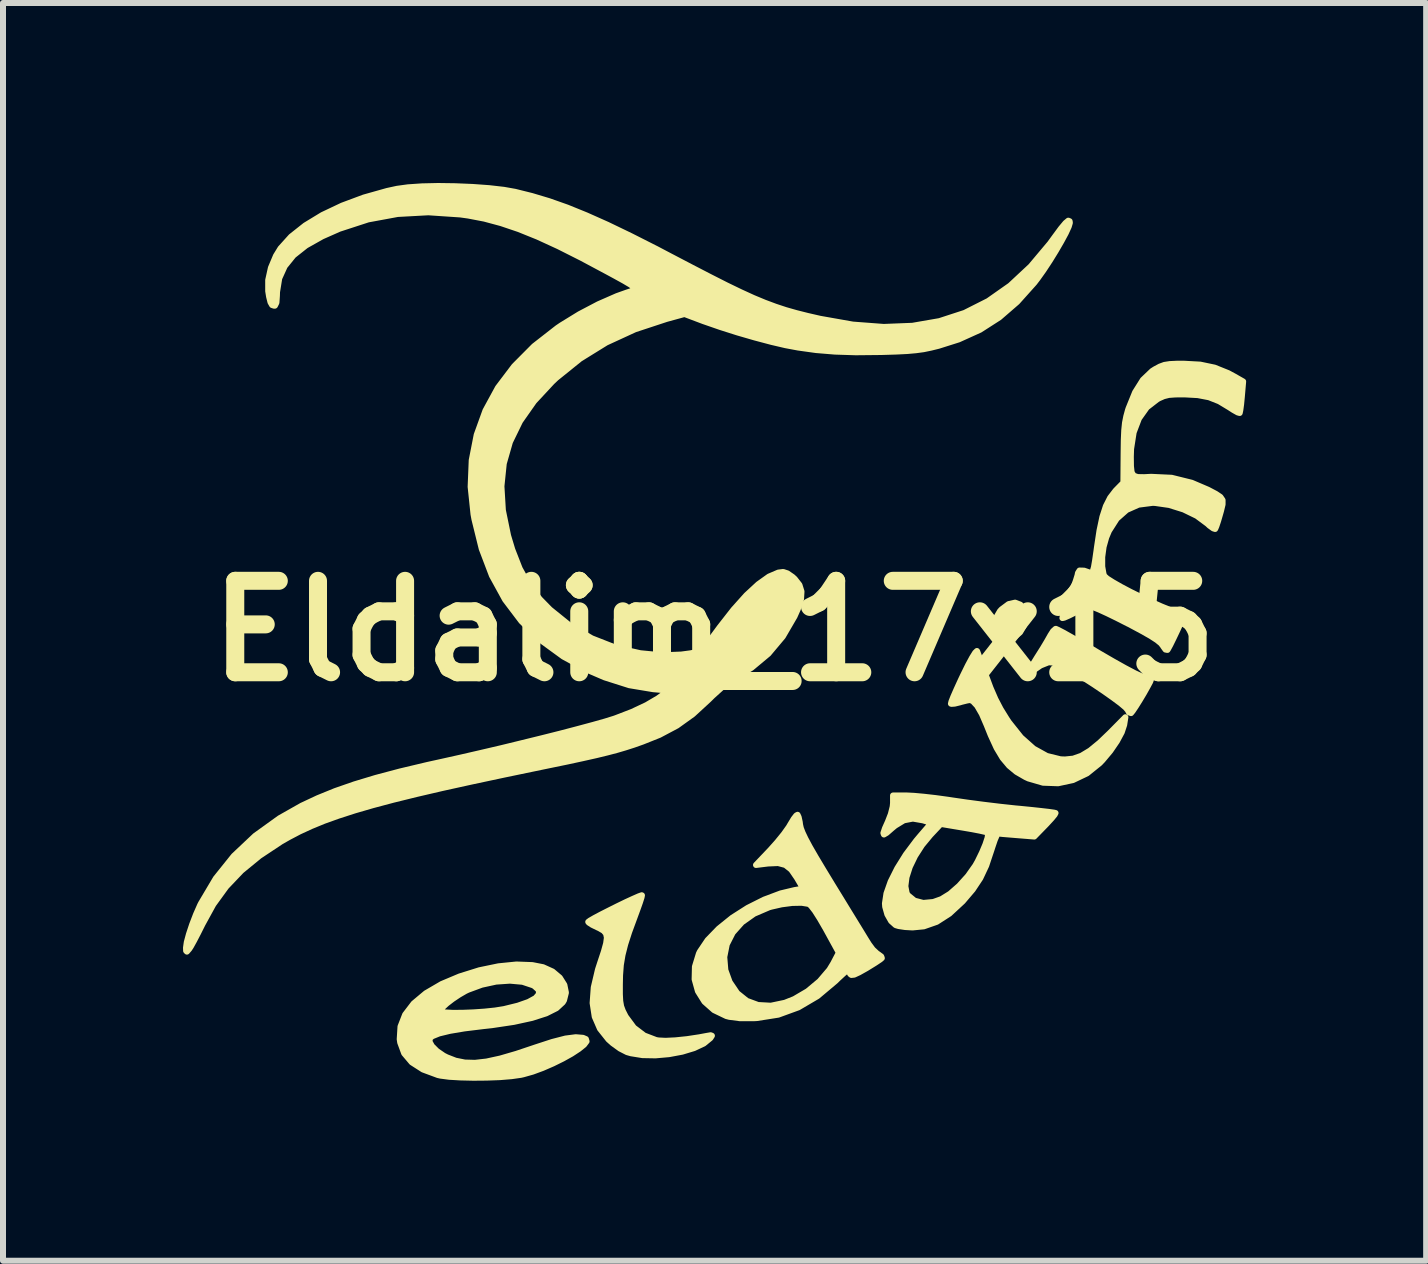
<source format=kicad_pcb>
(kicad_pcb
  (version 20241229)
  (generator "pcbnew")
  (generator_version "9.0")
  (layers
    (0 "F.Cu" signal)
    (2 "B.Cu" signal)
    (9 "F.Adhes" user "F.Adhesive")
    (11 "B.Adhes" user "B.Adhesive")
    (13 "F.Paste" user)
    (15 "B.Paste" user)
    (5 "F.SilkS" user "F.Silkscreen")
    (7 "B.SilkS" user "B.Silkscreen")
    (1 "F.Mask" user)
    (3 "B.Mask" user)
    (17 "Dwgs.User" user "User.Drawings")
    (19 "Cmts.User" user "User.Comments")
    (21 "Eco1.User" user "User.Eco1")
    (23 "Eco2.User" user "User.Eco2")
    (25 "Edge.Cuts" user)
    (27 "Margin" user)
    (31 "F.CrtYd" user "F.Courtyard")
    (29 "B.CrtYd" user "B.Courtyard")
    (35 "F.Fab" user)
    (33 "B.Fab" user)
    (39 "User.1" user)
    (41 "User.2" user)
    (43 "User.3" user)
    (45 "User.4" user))
  (footprint "Eldalim_17x15"
    (layer "F.Cu")
    (at 8.854 7.465)
    (property "Reference" "Eldalim_17x15" (at 0 0 0) (layer "F.SilkS") (effects (font (size 1.524 1.524) (thickness 0.3))))
    (attr exclude_from_pos_files exclude_from_bom allow_missing_courtyard)
    (fp_circle (center 0.75 0) (end 0.5 0) (stroke (width 0.15) (type solid)) (fill no) (layer "F.SilkS"))
    (fp_poly (pts (xy 5.182 -0.206) (xy 5.158 -0.081) (xy 5.097 0.023) (xy 5.01 0.097) (xy 4.912 0.136) (xy 4.816 0.13) (xy 4.735 0.071) (xy 4.726 0.06) (xy 4.675 -0.067) (xy 4.687 -0.2) (xy 4.762 -0.33) (xy 4.789 -0.359) (xy 4.907 -0.447) (xy 5.014 -0.471) (xy 5.102 -0.437) (xy 5.161 -0.346) (xy 5.182 -0.206)) (stroke (width 0.1) (type solid)) (fill yes) (layer "F.SilkS"))
    (fp_poly (pts (xy 7.281 0.805) (xy 7.265 0.848) (xy 7.221 0.93) (xy 7.161 1.037) (xy 7.093 1.151) (xy 7.028 1.255) (xy 6.975 1.334) (xy 6.946 1.37) (xy 6.912 1.358) (xy 6.891 1.318) (xy 6.855 1.276) (xy 6.771 1.205) (xy 6.647 1.113) (xy 6.494 1.005) (xy 6.32 0.888) (xy 6.134 0.768) (xy 5.947 0.652) (xy 5.849 0.595) (xy 5.702 0.53) (xy 5.571 0.523) (xy 5.439 0.576) (xy 5.362 0.629) (xy 5.294 0.674) (xy 5.254 0.686) (xy 5.249 0.68) (xy 5.267 0.637) (xy 5.312 0.554) (xy 5.378 0.446) (xy 5.397 0.416) (xy 5.476 0.291) (xy 5.547 0.172) (xy 5.597 0.084) (xy 5.601 0.076) (xy 5.647 0.004) (xy 5.688 -0.033) (xy 5.694 -0.034) (xy 5.732 -0.017) (xy 5.82 0.029) (xy 5.948 0.101) (xy 6.109 0.193) (xy 6.294 0.301) (xy 6.415 0.373) (xy 6.646 0.507) (xy 6.844 0.618) (xy 7.005 0.703) (xy 7.121 0.757) (xy 7.187 0.779) (xy 7.191 0.779) (xy 7.257 0.787) (xy 7.281 0.805)) (stroke (width 0.1) (type solid)) (fill yes) (layer "F.SilkS"))
    (fp_poly (pts (xy 6.852 1.439) (xy 6.832 1.566) (xy 6.792 1.688) (xy 6.711 1.839) (xy 6.601 2) (xy 6.471 2.155) (xy 6.424 2.204) (xy 6.213 2.374) (xy 5.978 2.486) (xy 5.731 2.539) (xy 5.48 2.53) (xy 5.236 2.459) (xy 5.187 2.436) (xy 5.038 2.35) (xy 4.914 2.247) (xy 4.806 2.118) (xy 4.706 1.951) (xy 4.607 1.735) (xy 4.542 1.573) (xy 4.46 1.383) (xy 4.381 1.247) (xy 4.308 1.169) (xy 4.261 1.151) (xy 4.207 1.161) (xy 4.119 1.183) (xy 4.093 1.191) (xy 4.007 1.212) (xy 3.952 1.216) (xy 3.945 1.213) (xy 3.953 1.178) (xy 3.986 1.094) (xy 4.04 0.971) (xy 4.109 0.82) (xy 4.146 0.742) (xy 4.229 0.573) (xy 4.298 0.445) (xy 4.349 0.363) (xy 4.378 0.335) (xy 4.382 0.339) (xy 4.401 0.391) (xy 4.437 0.49) (xy 4.483 0.621) (xy 4.517 0.714) (xy 4.604 0.948) (xy 4.686 1.137) (xy 4.772 1.302) (xy 4.872 1.464) (xy 4.912 1.524) (xy 5.112 1.775) (xy 5.322 1.962) (xy 5.542 2.084) (xy 5.77 2.14) (xy 5.847 2.143) (xy 5.984 2.129) (xy 6.12 2.081) (xy 6.264 1.994) (xy 6.425 1.862) (xy 6.595 1.699) (xy 6.852 1.439)) (stroke (width 0.1) (type solid)) (fill yes) (layer "F.SilkS"))
    (fp_poly (pts (xy -0.039 6.747) (xy -0.062 6.783) (xy -0.065 6.787) (xy -0.175 6.877) (xy -0.337 6.953) (xy -0.535 7.013) (xy -0.754 7.054) (xy -0.979 7.074) (xy -1.196 7.07) (xy -1.388 7.039) (xy -1.454 7.02) (xy -1.569 6.961) (xy -1.695 6.87) (xy -1.763 6.809) (xy -1.905 6.63) (xy -1.992 6.43) (xy -2.027 6.202) (xy -2.008 5.942) (xy -1.938 5.645) (xy -1.903 5.537) (xy -1.84 5.347) (xy -1.802 5.209) (xy -1.789 5.112) (xy -1.803 5.045) (xy -1.844 4.997) (xy -1.914 4.956) (xy -1.947 4.941) (xy -2.035 4.898) (xy -2.09 4.862) (xy -2.1 4.85) (xy -2.071 4.828) (xy -1.995 4.784) (xy -1.884 4.725) (xy -1.75 4.657) (xy -1.608 4.586) (xy -1.47 4.519) (xy -1.348 4.463) (xy -1.257 4.423) (xy -1.209 4.406) (xy -1.205 4.407) (xy -1.212 4.442) (xy -1.239 4.526) (xy -1.282 4.647) (xy -1.326 4.767) (xy -1.418 5.017) (xy -1.484 5.222) (xy -1.529 5.4) (xy -1.557 5.567) (xy -1.57 5.74) (xy -1.573 5.893) (xy -1.573 6.056) (xy -1.567 6.171) (xy -1.552 6.257) (xy -1.524 6.333) (xy -1.481 6.418) (xy -1.473 6.432) (xy -1.34 6.612) (xy -1.168 6.743) (xy -0.97 6.819) (xy -0.929 6.826) (xy -0.811 6.832) (xy -0.646 6.824) (xy -0.452 6.804) (xy -0.248 6.773) (xy -0.135 6.752) (xy -0.06 6.739) (xy -0.039 6.747)) (stroke (width 0.1) (type solid)) (fill yes) (layer "F.SilkS"))
    (fp_poly (pts (xy 5.688 3.035) (xy 5.673 3.064) (xy 5.62 3.128) (xy 5.54 3.215) (xy 5.518 3.238) (xy 5.334 3.427) (xy 5.048 3.404) (xy 4.913 3.393) (xy 4.805 3.384) (xy 4.741 3.377) (xy 4.732 3.376) (xy 4.71 3.403) (xy 4.676 3.482) (xy 4.637 3.597) (xy 4.618 3.656) (xy 4.565 3.814) (xy 4.565 3.378) (xy 4.56 3.363) (xy 4.521 3.351) (xy 4.429 3.33) (xy 4.299 3.305) (xy 4.159 3.281) (xy 3.776 3.217) (xy 3.602 3.402) (xy 3.463 3.57) (xy 3.347 3.751) (xy 3.259 3.933) (xy 3.204 4.105) (xy 3.185 4.255) (xy 3.207 4.372) (xy 3.227 4.405) (xy 3.338 4.496) (xy 3.483 4.534) (xy 3.652 4.518) (xy 3.787 4.47) (xy 3.929 4.382) (xy 4.082 4.248) (xy 4.228 4.086) (xy 4.351 3.912) (xy 4.39 3.843) (xy 4.463 3.693) (xy 4.52 3.557) (xy 4.556 3.447) (xy 4.565 3.378) (xy 4.565 3.814) (xy 4.533 3.911) (xy 4.434 4.121) (xy 4.308 4.311) (xy 4.143 4.505) (xy 4.137 4.511) (xy 3.92 4.712) (xy 3.707 4.849) (xy 3.492 4.924) (xy 3.305 4.942) (xy 3.181 4.935) (xy 3.075 4.919) (xy 3.024 4.904) (xy 2.948 4.836) (xy 2.885 4.725) (xy 2.849 4.597) (xy 2.845 4.542) (xy 2.87 4.377) (xy 2.94 4.178) (xy 3.05 3.958) (xy 3.194 3.727) (xy 3.367 3.496) (xy 3.43 3.421) (xy 3.62 3.2) (xy 3.478 3.157) (xy 3.31 3.128) (xy 3.16 3.157) (xy 3.014 3.246) (xy 2.96 3.291) (xy 2.874 3.366) (xy 2.828 3.393) (xy 2.819 3.369) (xy 2.845 3.29) (xy 2.895 3.178) (xy 2.943 3.054) (xy 2.974 2.931) (xy 2.98 2.87) (xy 2.98 2.743) (xy 3.211 2.743) (xy 3.328 2.749) (xy 3.492 2.764) (xy 3.686 2.786) (xy 3.891 2.814) (xy 3.977 2.827) (xy 4.211 2.861) (xy 4.483 2.897) (xy 4.764 2.931) (xy 5.023 2.959) (xy 5.092 2.965) (xy 5.283 2.984) (xy 5.449 3.002) (xy 5.579 3.017) (xy 5.663 3.029) (xy 5.688 3.035)) (stroke (width 0.1) (type solid)) (fill yes) (layer "F.SilkS"))
    (fp_poly (pts (xy -2.128 6.841) (xy -2.17 6.897) (xy -2.257 6.967) (xy -2.379 7.047) (xy -2.526 7.129) (xy -2.69 7.21) (xy -2.86 7.284) (xy -3.028 7.346) (xy -3.184 7.39) (xy -3.224 7.399) (xy -3.379 7.421) (xy -3.573 7.437) (xy -3.791 7.445) (xy -4.015 7.447) (xy -4.23 7.442) (xy -4.418 7.431) (xy -4.562 7.412) (xy -4.606 7.402) (xy -4.854 7.31) (xy -5.041 7.19) (xy -5.168 7.04) (xy -5.234 6.86) (xy -5.242 6.805) (xy -5.229 6.594) (xy -5.152 6.396) (xy -5.01 6.21) (xy -4.806 6.039) (xy -4.542 5.885) (xy -4.243 5.759) (xy -3.914 5.656) (xy -3.595 5.59) (xy -3.297 5.56) (xy -3.032 5.57) (xy -2.854 5.605) (xy -2.695 5.677) (xy -2.574 5.779) (xy -2.498 5.9) (xy -2.472 6.029) (xy -2.504 6.156) (xy -2.525 6.191) (xy -2.63 6.288) (xy -2.801 6.374) (xy -2.92 6.412) (xy -2.92 6.052) (xy -2.925 5.985) (xy -2.996 5.92) (xy -3.023 5.905) (xy -3.194 5.848) (xy -3.405 5.829) (xy -3.637 5.845) (xy -3.876 5.897) (xy -4.104 5.981) (xy -4.148 6.002) (xy -4.255 6.064) (xy -4.364 6.137) (xy -4.46 6.211) (xy -4.532 6.278) (xy -4.568 6.326) (xy -4.564 6.344) (xy -4.487 6.359) (xy -4.358 6.366) (xy -4.195 6.365) (xy -4.012 6.358) (xy -3.826 6.345) (xy -3.653 6.327) (xy -3.509 6.304) (xy -3.503 6.303) (xy -3.271 6.246) (xy -3.095 6.184) (xy -2.977 6.119) (xy -2.92 6.052) (xy -2.92 6.412) (xy -3.038 6.45) (xy -3.34 6.516) (xy -3.707 6.571) (xy -3.853 6.587) (xy -4.164 6.625) (xy -4.408 6.666) (xy -4.586 6.709) (xy -4.699 6.755) (xy -4.738 6.786) (xy -4.747 6.844) (xy -4.705 6.92) (xy -4.623 7.002) (xy -4.511 7.079) (xy -4.458 7.106) (xy -4.312 7.163) (xy -4.158 7.194) (xy -3.988 7.199) (xy -3.794 7.177) (xy -3.565 7.127) (xy -3.294 7.048) (xy -2.975 6.941) (xy -2.699 6.851) (xy -2.478 6.794) (xy -2.308 6.772) (xy -2.188 6.782) (xy -2.139 6.803) (xy -2.128 6.841)) (stroke (width 0.1) (type solid)) (fill yes) (layer "F.SilkS"))
    (fp_poly (pts (xy 2.793 5.453) (xy 2.759 5.481) (xy 2.681 5.533) (xy 2.574 5.599) (xy 2.537 5.622) (xy 2.412 5.692) (xy 2.332 5.729) (xy 2.286 5.734) (xy 2.266 5.719) (xy 2.239 5.664) (xy 2.236 5.648) (xy 2.213 5.659) (xy 2.154 5.709) (xy 2.077 5.78) (xy 2.077 5.363) (xy 1.86 4.967) (xy 1.761 4.796) (xy 1.677 4.664) (xy 1.611 4.579) (xy 1.575 4.55) (xy 1.457 4.531) (xy 1.298 4.534) (xy 1.121 4.557) (xy 0.946 4.597) (xy 0.912 4.607) (xy 0.663 4.714) (xy 0.461 4.857) (xy 0.308 5.029) (xy 0.209 5.224) (xy 0.167 5.435) (xy 0.185 5.653) (xy 0.257 5.852) (xy 0.382 6.037) (xy 0.541 6.165) (xy 0.73 6.235) (xy 0.944 6.247) (xy 1.178 6.198) (xy 1.334 6.136) (xy 1.557 6.005) (xy 1.758 5.837) (xy 1.919 5.648) (xy 1.982 5.544) (xy 2.077 5.363) (xy 2.077 5.78) (xy 2.068 5.788) (xy 2.02 5.835) (xy 1.72 6.087) (xy 1.402 6.274) (xy 1.067 6.396) (xy 0.712 6.452) (xy 0.66 6.455) (xy 0.428 6.455) (xy 0.252 6.432) (xy 0.202 6.419) (xy -0.004 6.32) (xy -0.163 6.179) (xy -0.272 6.005) (xy -0.327 5.807) (xy -0.322 5.595) (xy -0.256 5.379) (xy -0.24 5.346) (xy -0.11 5.153) (xy 0.075 4.962) (xy 0.301 4.78) (xy 0.558 4.616) (xy 0.831 4.479) (xy 1.108 4.375) (xy 1.343 4.319) (xy 1.484 4.296) (xy 1.377 4.114) (xy 1.284 3.979) (xy 1.186 3.901) (xy 1.065 3.869) (xy 0.903 3.876) (xy 0.89 3.877) (xy 0.696 3.901) (xy 0.936 3.649) (xy 1.051 3.52) (xy 1.159 3.387) (xy 1.243 3.269) (xy 1.27 3.223) (xy 1.324 3.133) (xy 1.368 3.076) (xy 1.389 3.065) (xy 1.407 3.105) (xy 1.425 3.188) (xy 1.43 3.229) (xy 1.443 3.287) (xy 1.472 3.363) (xy 1.52 3.464) (xy 1.591 3.597) (xy 1.689 3.767) (xy 1.817 3.981) (xy 1.973 4.238) (xy 2.11 4.461) (xy 2.239 4.672) (xy 2.355 4.861) (xy 2.452 5.019) (xy 2.525 5.139) (xy 2.57 5.211) (xy 2.576 5.221) (xy 2.642 5.31) (xy 2.714 5.377) (xy 2.73 5.387) (xy 2.783 5.426) (xy 2.793 5.453)) (stroke (width 0.1) (type solid)) (fill yes) (layer "F.SilkS"))
    (fp_poly (pts (xy 8.815 -4.157) (xy 8.793 -3.902) (xy 8.781 -3.778) (xy 8.768 -3.682) (xy 8.758 -3.634) (xy 8.757 -3.632) (xy 8.724 -3.641) (xy 8.653 -3.681) (xy 8.588 -3.723) (xy 8.416 -3.827) (xy 8.247 -3.894) (xy 8.059 -3.93) (xy 7.84 -3.942) (xy 7.685 -3.941) (xy 7.576 -3.933) (xy 7.492 -3.912) (xy 7.411 -3.876) (xy 7.383 -3.86) (xy 7.21 -3.726) (xy 7.078 -3.54) (xy 6.99 -3.308) (xy 6.947 -3.033) (xy 6.943 -2.902) (xy 6.945 -2.745) (xy 6.956 -2.644) (xy 6.989 -2.588) (xy 7.055 -2.564) (xy 7.166 -2.562) (xy 7.281 -2.568) (xy 7.623 -2.552) (xy 7.958 -2.469) (xy 8.229 -2.353) (xy 8.358 -2.285) (xy 8.436 -2.233) (xy 8.472 -2.18) (xy 8.472 -2.109) (xy 8.447 -2.004) (xy 8.432 -1.951) (xy 8.398 -1.834) (xy 8.368 -1.744) (xy 8.349 -1.7) (xy 8.348 -1.699) (xy 8.316 -1.709) (xy 8.253 -1.755) (xy 8.221 -1.785) (xy 8.043 -1.917) (xy 7.823 -2.024) (xy 7.583 -2.099) (xy 7.346 -2.133) (xy 7.304 -2.134) (xy 7.071 -2.104) (xy 6.873 -2.016) (xy 6.708 -1.87) (xy 6.578 -1.666) (xy 6.533 -1.558) (xy 6.489 -1.401) (xy 6.466 -1.232) (xy 6.466 -1.073) (xy 6.488 -0.947) (xy 6.502 -0.914) (xy 6.547 -0.873) (xy 6.643 -0.812) (xy 6.776 -0.736) (xy 6.935 -0.652) (xy 7.109 -0.566) (xy 7.284 -0.483) (xy 7.449 -0.409) (xy 7.591 -0.351) (xy 7.699 -0.315) (xy 7.752 -0.305) (xy 7.853 -0.305) (xy 7.717 -0.008) (xy 7.655 0.122) (xy 7.602 0.23) (xy 7.564 0.3) (xy 7.553 0.317) (xy 7.521 0.311) (xy 7.482 0.257) (xy 7.48 0.252) (xy 7.445 0.207) (xy 7.379 0.153) (xy 7.274 0.085) (xy 7.122 -0.001) (xy 6.917 -0.111) (xy 6.892 -0.123) (xy 6.713 -0.214) (xy 6.551 -0.293) (xy 6.416 -0.355) (xy 6.32 -0.394) (xy 6.277 -0.406) (xy 6.21 -0.391) (xy 6.108 -0.351) (xy 6.01 -0.304) (xy 5.909 -0.254) (xy 5.834 -0.221) (xy 5.803 -0.214) (xy 5.809 -0.249) (xy 5.837 -0.333) (xy 5.881 -0.452) (xy 5.926 -0.566) (xy 5.982 -0.711) (xy 6.027 -0.837) (xy 6.055 -0.928) (xy 6.062 -0.965) (xy 6.088 -1.006) (xy 6.164 -1.004) (xy 6.267 -0.968) (xy 6.29 -0.968) (xy 6.309 -0.996) (xy 6.328 -1.06) (xy 6.347 -1.17) (xy 6.371 -1.336) (xy 6.378 -1.389) (xy 6.421 -1.673) (xy 6.469 -1.9) (xy 6.527 -2.079) (xy 6.598 -2.219) (xy 6.684 -2.331) (xy 6.694 -2.343) (xy 6.819 -2.47) (xy 6.823 -2.971) (xy 6.826 -3.182) (xy 6.833 -3.342) (xy 6.846 -3.468) (xy 6.867 -3.575) (xy 6.896 -3.681) (xy 6.905 -3.708) (xy 7.014 -3.977) (xy 7.144 -4.184) (xy 7.298 -4.331) (xy 7.345 -4.361) (xy 7.427 -4.405) (xy 7.503 -4.433) (xy 7.593 -4.447) (xy 7.719 -4.453) (xy 7.823 -4.453) (xy 8.099 -4.438) (xy 8.338 -4.388) (xy 8.564 -4.297) (xy 8.666 -4.242) (xy 8.815 -4.157)) (stroke (width 0.1) (type solid)) (fill yes) (layer "F.SilkS"))
    (fp_poly (pts (xy 5.927 -6.802) (xy 5.908 -6.738) (xy 5.859 -6.631) (xy 5.784 -6.492) (xy 5.693 -6.335) (xy 5.592 -6.171) (xy 5.488 -6.013) (xy 5.389 -5.874) (xy 5.334 -5.802) (xy 5.048 -5.483) (xy 4.75 -5.225) (xy 4.429 -5.019) (xy 4.073 -4.858) (xy 3.738 -4.752) (xy 3.608 -4.72) (xy 3.487 -4.695) (xy 3.361 -4.678) (xy 3.215 -4.665) (xy 3.035 -4.656) (xy 2.804 -4.649) (xy 2.75 -4.648) (xy 2.357 -4.644) (xy 2.012 -4.655) (xy 1.698 -4.681) (xy 1.397 -4.723) (xy 1.188 -4.762) (xy 0.953 -4.817) (xy 0.678 -4.89) (xy 0.388 -4.974) (xy 0.105 -5.064) (xy -0.146 -5.151) (xy -0.178 -5.162) (xy -0.496 -5.282) (xy -0.798 -5.199) (xy -1.323 -5.026) (xy -1.801 -4.806) (xy -2.236 -4.537) (xy -2.634 -4.216) (xy -2.705 -4.149) (xy -3.004 -3.827) (xy -3.237 -3.495) (xy -3.405 -3.15) (xy -3.508 -2.79) (xy -3.547 -2.411) (xy -3.523 -2.011) (xy -3.436 -1.587) (xy -3.366 -1.355) (xy -3.243 -1.04) (xy -3.095 -0.772) (xy -2.91 -0.532) (xy -2.74 -0.358) (xy -2.408 -0.09) (xy -2.041 0.124) (xy -1.646 0.279) (xy -1.233 0.372) (xy -0.965 0.398) (xy -0.744 0.402) (xy -0.548 0.394) (xy -0.398 0.374) (xy -0.396 0.374) (xy -0.2 0.333) (xy 0.092 -0.062) (xy 0.321 -0.355) (xy 0.536 -0.595) (xy 0.734 -0.778) (xy 0.912 -0.905) (xy 1.068 -0.972) (xy 1.149 -0.982) (xy 1.219 -0.959) (xy 1.305 -0.9) (xy 1.341 -0.867) (xy 1.42 -0.766) (xy 1.454 -0.657) (xy 1.446 -0.528) (xy 1.393 -0.365) (xy 1.338 -0.242) (xy 1.143 0.093) (xy 0.902 0.38) (xy 0.619 0.616) (xy 0.38 0.758) (xy 0.268 0.83) (xy 0.126 0.942) (xy -0.029 1.082) (xy -0.094 1.146) (xy -0.356 1.387) (xy -0.622 1.578) (xy -0.914 1.733) (xy -1.197 1.846) (xy -1.341 1.897) (xy -1.481 1.942) (xy -1.627 1.985) (xy -1.787 2.027) (xy -1.972 2.072) (xy -2.191 2.121) (xy -2.454 2.178) (xy -2.77 2.243) (xy -2.896 2.269) (xy -3.502 2.395) (xy -4.046 2.511) (xy -4.532 2.618) (xy -4.966 2.719) (xy -5.351 2.814) (xy -5.693 2.905) (xy -5.996 2.993) (xy -6.265 3.08) (xy -6.505 3.166) (xy -6.719 3.254) (xy -6.914 3.344) (xy -7.093 3.438) (xy -7.221 3.511) (xy -7.581 3.75) (xy -7.882 3.997) (xy -8.135 4.263) (xy -8.349 4.558) (xy -8.529 4.886) (xy -8.602 5.032) (xy -8.669 5.161) (xy -8.722 5.257) (xy -8.75 5.3) (xy -8.789 5.345) (xy -8.802 5.332) (xy -8.804 5.281) (xy -8.791 5.189) (xy -8.755 5.055) (xy -8.702 4.895) (xy -8.638 4.728) (xy -8.569 4.571) (xy -8.552 4.538) (xy -8.307 4.125) (xy -8.007 3.751) (xy -7.652 3.416) (xy -7.244 3.122) (xy -6.875 2.913) (xy -6.606 2.787) (xy -6.316 2.669) (xy -5.997 2.558) (xy -5.64 2.45) (xy -5.237 2.343) (xy -4.778 2.234) (xy -4.555 2.185) (xy -4.232 2.113) (xy -3.893 2.035) (xy -3.546 1.954) (xy -3.202 1.87) (xy -2.868 1.788) (xy -2.554 1.709) (xy -2.268 1.634) (xy -2.019 1.567) (xy -1.817 1.51) (xy -1.669 1.464) (xy -1.643 1.455) (xy -1.368 1.349) (xy -1.128 1.236) (xy -0.936 1.123) (xy -0.866 1.072) (xy -0.768 0.993) (xy -1.019 0.971) (xy -1.415 0.905) (xy -1.827 0.774) (xy -2.087 0.662) (xy -2.516 0.427) (xy -2.892 0.153) (xy -3.214 -0.162) (xy -3.485 -0.52) (xy -3.705 -0.921) (xy -3.875 -1.368) (xy -3.997 -1.862) (xy -4.012 -1.943) (xy -4.06 -2.402) (xy -4.042 -2.844) (xy -3.959 -3.268) (xy -3.813 -3.672) (xy -3.605 -4.054) (xy -3.334 -4.412) (xy -3.003 -4.745) (xy -2.612 -5.05) (xy -2.547 -5.094) (xy -2.246 -5.279) (xy -1.93 -5.445) (xy -1.622 -5.58) (xy -1.462 -5.637) (xy -1.389 -5.661) (xy -1.342 -5.681) (xy -1.324 -5.702) (xy -1.341 -5.731) (xy -1.399 -5.773) (xy -1.502 -5.834) (xy -1.656 -5.919) (xy -1.778 -5.985) (xy -2.21 -6.216) (xy -2.595 -6.41) (xy -2.941 -6.569) (xy -3.258 -6.697) (xy -3.551 -6.796) (xy -3.83 -6.871) (xy -4.102 -6.923) (xy -4.232 -6.941) (xy -4.766 -6.977) (xy -5.277 -6.949) (xy -5.77 -6.858) (xy -6.249 -6.702) (xy -6.536 -6.575) (xy -6.806 -6.423) (xy -7.013 -6.259) (xy -7.159 -6.078) (xy -7.25 -5.877) (xy -7.287 -5.649) (xy -7.289 -5.584) (xy -7.297 -5.471) (xy -7.322 -5.421) (xy -7.332 -5.419) (xy -7.369 -5.431) (xy -7.396 -5.478) (xy -7.419 -5.57) (xy -7.434 -5.663) (xy -7.434 -5.847) (xy -7.389 -6.051) (xy -7.305 -6.251) (xy -7.229 -6.375) (xy -7.052 -6.571) (xy -6.816 -6.758) (xy -6.53 -6.932) (xy -6.201 -7.088) (xy -5.839 -7.223) (xy -5.452 -7.332) (xy -5.286 -7.368) (xy -5.104 -7.393) (xy -4.87 -7.409) (xy -4.602 -7.415) (xy -4.316 -7.411) (xy -4.027 -7.399) (xy -3.752 -7.379) (xy -3.507 -7.351) (xy -3.321 -7.318) (xy -3.04 -7.248) (xy -2.753 -7.162) (xy -2.453 -7.056) (xy -2.133 -6.926) (xy -1.783 -6.77) (xy -1.397 -6.584) (xy -0.966 -6.366) (xy -0.757 -6.256) (xy -0.388 -6.063) (xy -0.071 -5.899) (xy 0.203 -5.76) (xy 0.441 -5.645) (xy 0.651 -5.549) (xy 0.841 -5.47) (xy 1.018 -5.404) (xy 1.19 -5.347) (xy 1.366 -5.297) (xy 1.552 -5.25) (xy 1.757 -5.203) (xy 1.761 -5.202) (xy 2.31 -5.105) (xy 2.824 -5.066) (xy 3.304 -5.085) (xy 3.754 -5.163) (xy 4.174 -5.3) (xy 4.566 -5.498) (xy 4.933 -5.756) (xy 5.275 -6.075) (xy 5.595 -6.456) (xy 5.672 -6.562) (xy 5.779 -6.707) (xy 5.854 -6.797) (xy 5.901 -6.837) (xy 5.923 -6.828) (xy 5.927 -6.802)) (stroke (width 0.1) (type solid)) (fill yes) (layer "F.SilkS")))
  (gr_rect
    (start -3 -3)
    (end 20.719 17.962)
    (stroke (width 0.1) (type default))
    (fill no)
    (layer "Edge.Cuts")))
</source>
